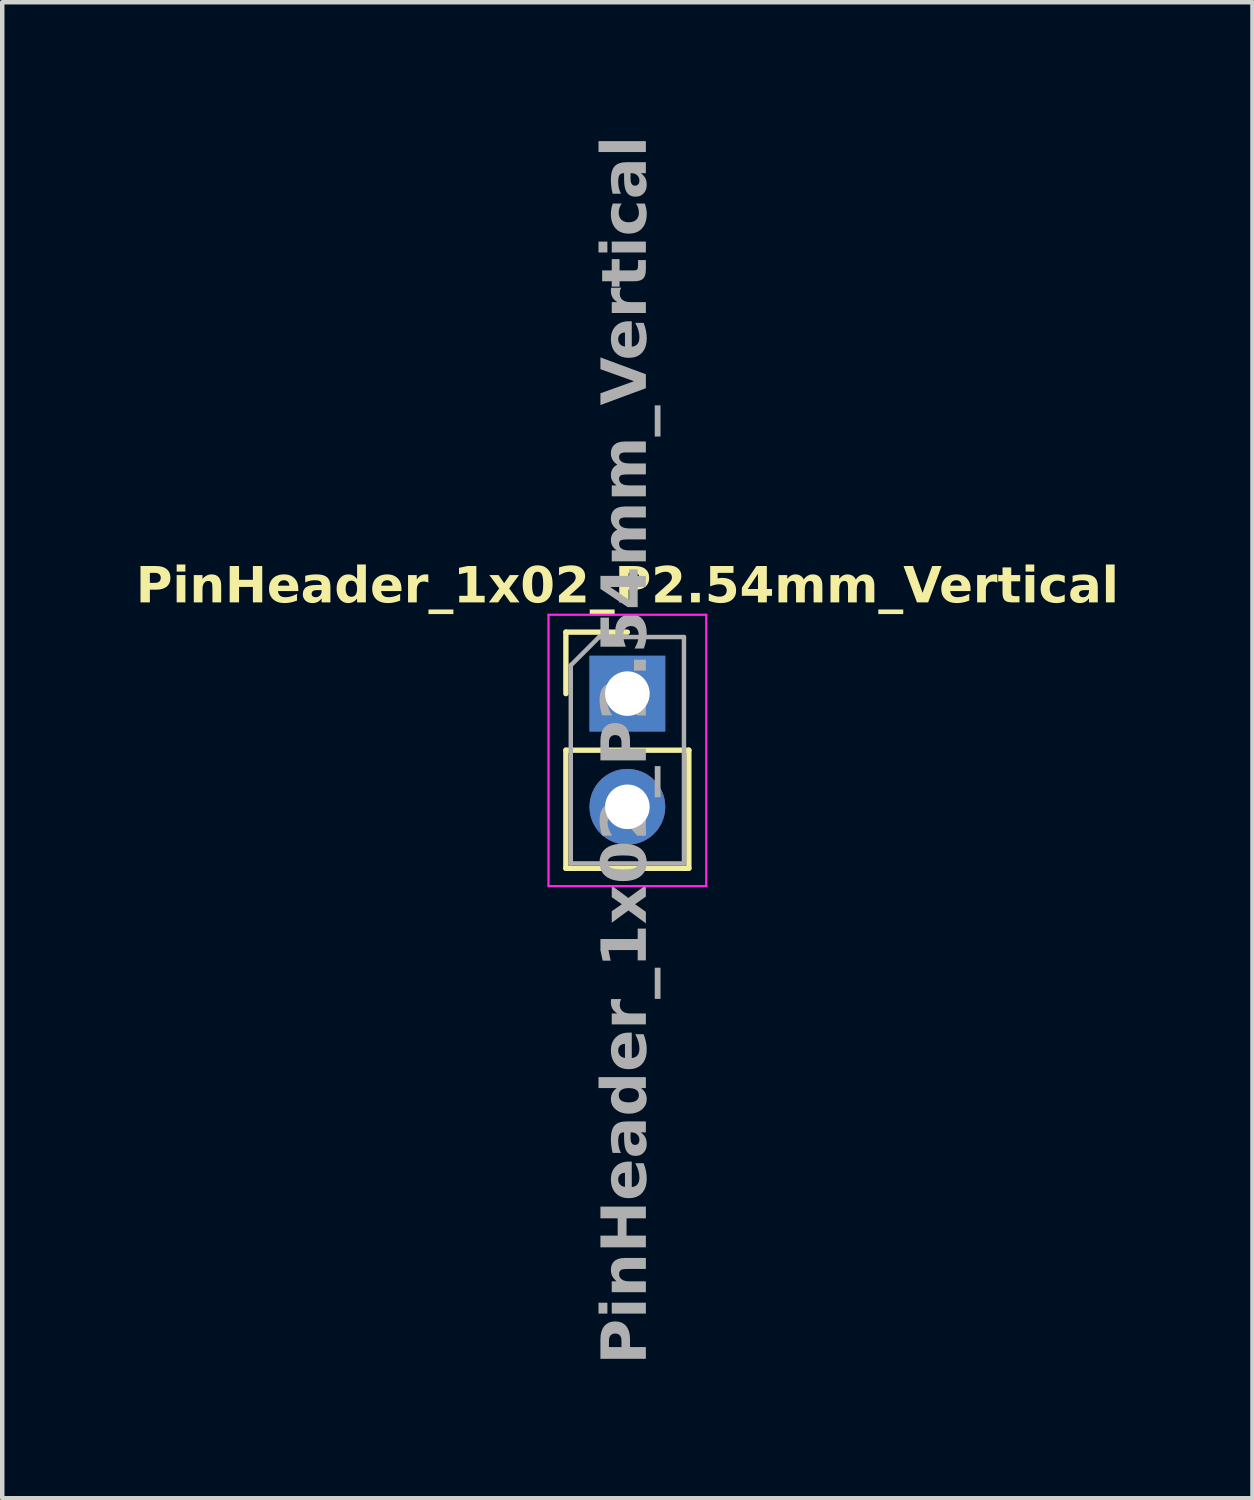
<source format=kicad_pcb>
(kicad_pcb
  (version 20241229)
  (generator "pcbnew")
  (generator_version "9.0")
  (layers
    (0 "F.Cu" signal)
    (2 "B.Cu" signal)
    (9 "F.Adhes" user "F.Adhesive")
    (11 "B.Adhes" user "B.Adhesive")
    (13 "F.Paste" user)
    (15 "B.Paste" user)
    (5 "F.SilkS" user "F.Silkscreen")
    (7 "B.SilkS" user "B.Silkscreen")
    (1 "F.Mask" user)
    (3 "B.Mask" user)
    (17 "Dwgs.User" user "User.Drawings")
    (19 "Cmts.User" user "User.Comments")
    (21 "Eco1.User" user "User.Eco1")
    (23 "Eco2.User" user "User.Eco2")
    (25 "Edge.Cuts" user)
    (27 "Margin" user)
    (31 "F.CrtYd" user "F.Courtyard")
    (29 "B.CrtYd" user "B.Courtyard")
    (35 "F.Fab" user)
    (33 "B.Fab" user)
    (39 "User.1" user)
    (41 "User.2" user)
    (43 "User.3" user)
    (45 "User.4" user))
  (footprint "PinHeader_1x02_P2.54mm_Vertical"
    (layer "F.Cu")
    (at 11.03 12.517)
    (property "Reference" "PinHeader_1x02_P2.54mm_Vertical" (at 0 -2.38 0) (layer "F.SilkS") (effects (font (face "JetBrains Mono SemiBold") (size 0.8 0.8) (thickness 0.1))))
    (attr through_hole)
    (fp_line (start -1.38 -1.38) (end 0 -1.38) (stroke (width 0.12) (type solid)) (layer "F.SilkS"))
    (fp_line (start -1.38 0) (end -1.38 -1.38) (stroke (width 0.12) (type solid)) (layer "F.SilkS"))
    (fp_line (start -1.38 1.27) (end -1.38 3.92) (stroke (width 0.12) (type solid)) (layer "F.SilkS"))
    (fp_line (start -1.38 1.27) (end 1.38 1.27) (stroke (width 0.12) (type solid)) (layer "F.SilkS"))
    (fp_line (start -1.38 3.92) (end 1.38 3.92) (stroke (width 0.12) (type solid)) (layer "F.SilkS"))
    (fp_line (start 1.38 1.27) (end 1.38 3.92) (stroke (width 0.12) (type solid)) (layer "F.SilkS"))
    (fp_line (start -1.77 -1.77) (end -1.77 4.32) (stroke (width 0.05) (type solid)) (layer "F.CrtYd"))
    (fp_line (start -1.77 4.32) (end 1.77 4.32) (stroke (width 0.05) (type solid)) (layer "F.CrtYd"))
    (fp_line (start 1.77 -1.77) (end -1.77 -1.77) (stroke (width 0.05) (type solid)) (layer "F.CrtYd"))
    (fp_line (start 1.77 4.32) (end 1.77 -1.77) (stroke (width 0.05) (type solid)) (layer "F.CrtYd"))
    (fp_line (start -1.27 -0.635) (end -0.635 -1.27) (stroke (width 0.1) (type solid)) (layer "F.Fab"))
    (fp_line (start -1.27 3.81) (end -1.27 -0.635) (stroke (width 0.1) (type solid)) (layer "F.Fab"))
    (fp_line (start -0.635 -1.27) (end 1.27 -1.27) (stroke (width 0.1) (type solid)) (layer "F.Fab"))
    (fp_line (start 1.27 -1.27) (end 1.27 3.81) (stroke (width 0.1) (type solid)) (layer "F.Fab"))
    (fp_line (start 1.27 3.81) (end -1.27 3.81) (stroke (width 0.1) (type solid)) (layer "F.Fab"))
    (fp_text user "${REFERENCE}" (at 0 1.27 90) (layer "F.Fab") (effects (font (face "JetBrains Mono SemiBold") (size 1 1) (thickness 0.15))))
    (pad "1" thru_hole rect (at 0 0) (size 1.7 1.7) (drill 1) (layers "*.Cu" "*.Mask"))
    (pad "2" thru_hole circle (at 0 2.54) (size 1.7 1.7) (drill 1) (layers "*.Cu" "*.Mask")))
  (gr_rect
    (start -3 -3)
    (end 25.059 30.574)
    (stroke (width 0.1) (type default))
    (fill no)
    (layer "Edge.Cuts")))
</source>
